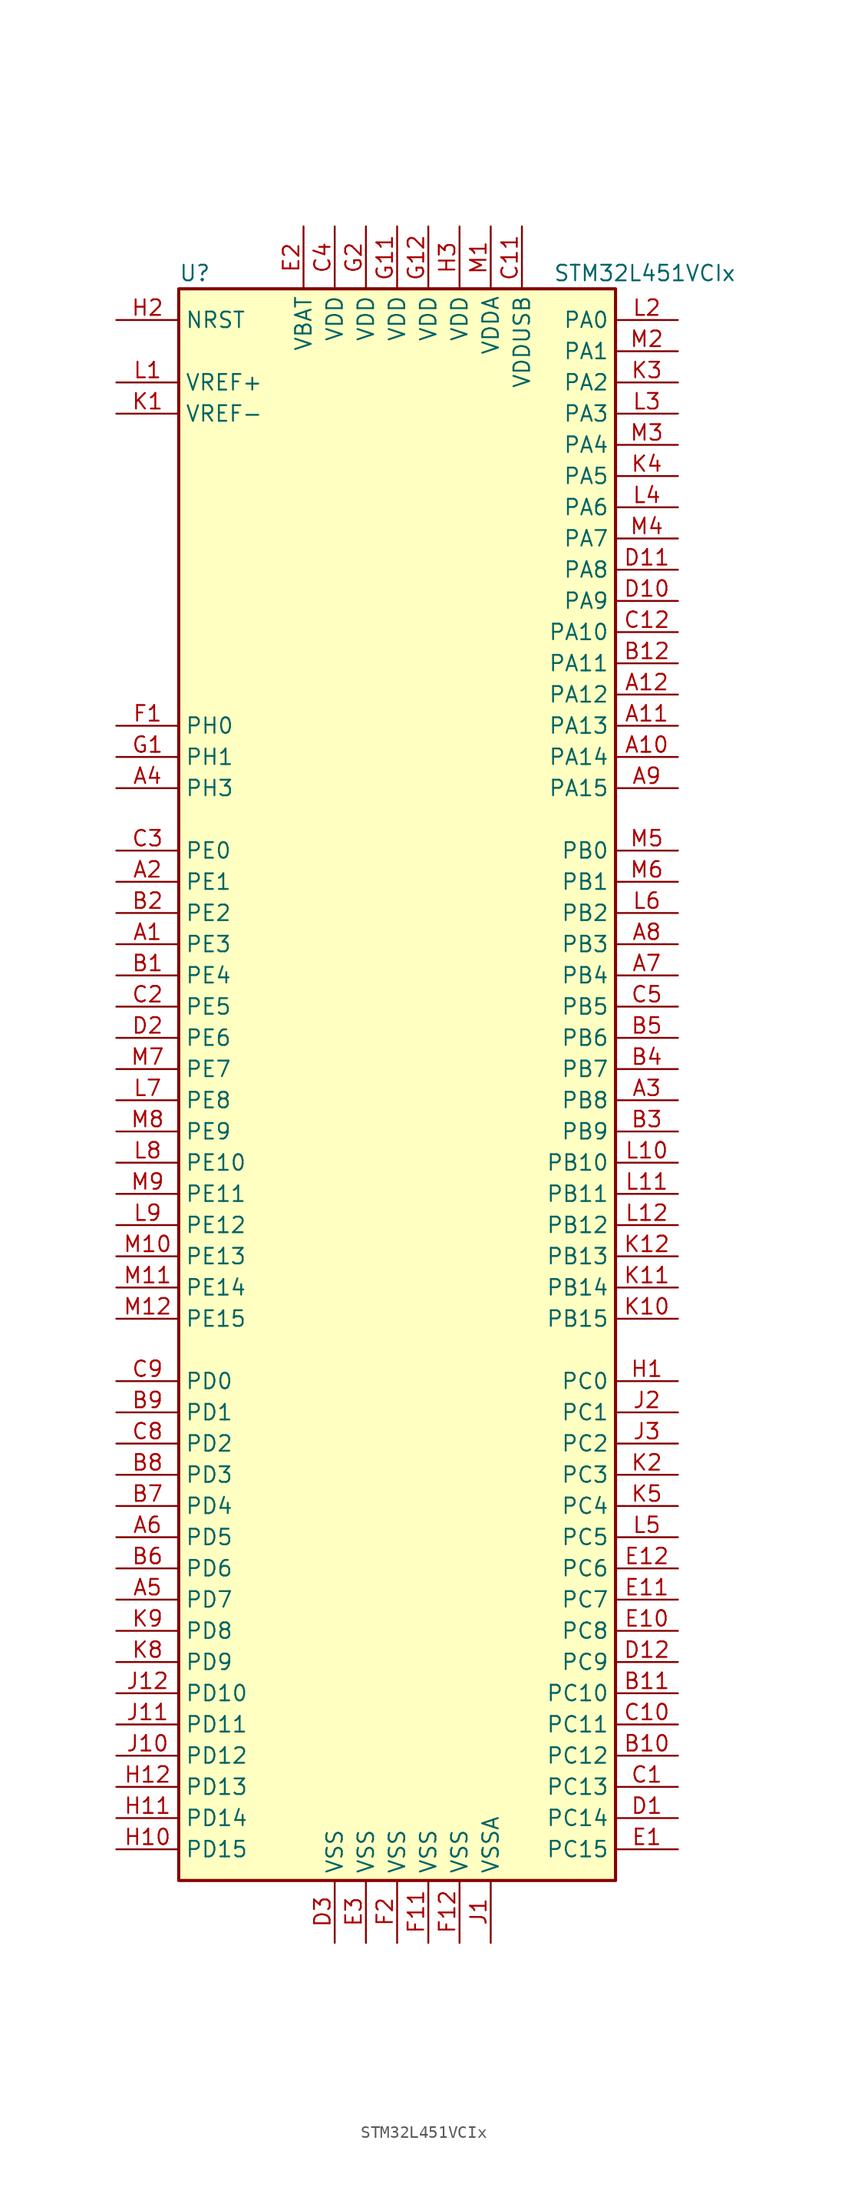
<source format=kicad_sym>
(kicad_symbol_lib
  (version 20211014)
  (generator kicad_symbol_editor)
  (symbol "STM32L451VCIx"
    (property "Reference" "U"
      (at -17.78 64.77 0)
      (effects (font (size 1.27 1.27)) (justify left)))
    (property "Value" "STM32L451VCIx"
      (at 12.7 64.77 0)
      (effects (font (size 1.27 1.27)) (justify left)))
    (symbol "STM32L451VCIx_0_1"
      (rectangle (start -17.78 -66.04) (end 17.78 63.5) (stroke (width 0.254) (type default) (color 0 0 0 0)) (fill (type background))))
    (symbol "STM32L451VCIx_1_1"
      (pin bidirectional line (at -22.86 10.16 0) (length 5.08) (name "PE3" (effects (font (size 1.27 1.27)))) (number "A1" (effects (font (size 1.27 1.27)))))
      (pin bidirectional line (at 22.86 25.4 180) (length 5.08) (name "PA14" (effects (font (size 1.27 1.27)))) (number "A10" (effects (font (size 1.27 1.27)))))
      (pin bidirectional line (at 22.86 27.94 180) (length 5.08) (name "PA13" (effects (font (size 1.27 1.27)))) (number "A11" (effects (font (size 1.27 1.27)))))
      (pin bidirectional line (at 22.86 30.48 180) (length 5.08) (name "PA12" (effects (font (size 1.27 1.27)))) (number "A12" (effects (font (size 1.27 1.27)))))
      (pin bidirectional line (at -22.86 15.24 0) (length 5.08) (name "PE1" (effects (font (size 1.27 1.27)))) (number "A2" (effects (font (size 1.27 1.27)))))
      (pin bidirectional line (at 22.86 -2.54 180) (length 5.08) (name "PB8" (effects (font (size 1.27 1.27)))) (number "A3" (effects (font (size 1.27 1.27)))))
      (pin bidirectional line (at -22.86 22.86 0) (length 5.08) (name "PH3" (effects (font (size 1.27 1.27)))) (number "A4" (effects (font (size 1.27 1.27)))))
      (pin bidirectional line (at -22.86 -43.18 0) (length 5.08) (name "PD7" (effects (font (size 1.27 1.27)))) (number "A5" (effects (font (size 1.27 1.27)))))
      (pin bidirectional line (at -22.86 -38.1 0) (length 5.08) (name "PD5" (effects (font (size 1.27 1.27)))) (number "A6" (effects (font (size 1.27 1.27)))))
      (pin bidirectional line (at 22.86 7.62 180) (length 5.08) (name "PB4" (effects (font (size 1.27 1.27)))) (number "A7" (effects (font (size 1.27 1.27)))))
      (pin bidirectional line (at 22.86 10.16 180) (length 5.08) (name "PB3" (effects (font (size 1.27 1.27)))) (number "A8" (effects (font (size 1.27 1.27)))))
      (pin bidirectional line (at 22.86 22.86 180) (length 5.08) (name "PA15" (effects (font (size 1.27 1.27)))) (number "A9" (effects (font (size 1.27 1.27)))))
      (pin bidirectional line (at -22.86 7.62 0) (length 5.08) (name "PE4" (effects (font (size 1.27 1.27)))) (number "B1" (effects (font (size 1.27 1.27)))))
      (pin bidirectional line (at 22.86 -55.88 180) (length 5.08) (name "PC12" (effects (font (size 1.27 1.27)))) (number "B10" (effects (font (size 1.27 1.27)))))
      (pin bidirectional line (at 22.86 -50.8 180) (length 5.08) (name "PC10" (effects (font (size 1.27 1.27)))) (number "B11" (effects (font (size 1.27 1.27)))))
      (pin bidirectional line (at 22.86 33.02 180) (length 5.08) (name "PA11" (effects (font (size 1.27 1.27)))) (number "B12" (effects (font (size 1.27 1.27)))))
      (pin bidirectional line (at -22.86 12.7 0) (length 5.08) (name "PE2" (effects (font (size 1.27 1.27)))) (number "B2" (effects (font (size 1.27 1.27)))))
      (pin bidirectional line (at 22.86 -5.08 180) (length 5.08) (name "PB9" (effects (font (size 1.27 1.27)))) (number "B3" (effects (font (size 1.27 1.27)))))
      (pin bidirectional line (at 22.86 0 180) (length 5.08) (name "PB7" (effects (font (size 1.27 1.27)))) (number "B4" (effects (font (size 1.27 1.27)))))
      (pin bidirectional line (at 22.86 2.54 180) (length 5.08) (name "PB6" (effects (font (size 1.27 1.27)))) (number "B5" (effects (font (size 1.27 1.27)))))
      (pin bidirectional line (at -22.86 -40.64 0) (length 5.08) (name "PD6" (effects (font (size 1.27 1.27)))) (number "B6" (effects (font (size 1.27 1.27)))))
      (pin bidirectional line (at -22.86 -35.56 0) (length 5.08) (name "PD4" (effects (font (size 1.27 1.27)))) (number "B7" (effects (font (size 1.27 1.27)))))
      (pin bidirectional line (at -22.86 -33.02 0) (length 5.08) (name "PD3" (effects (font (size 1.27 1.27)))) (number "B8" (effects (font (size 1.27 1.27)))))
      (pin bidirectional line (at -22.86 -27.94 0) (length 5.08) (name "PD1" (effects (font (size 1.27 1.27)))) (number "B9" (effects (font (size 1.27 1.27)))))
      (pin bidirectional line (at 22.86 -58.42 180) (length 5.08) (name "PC13" (effects (font (size 1.27 1.27)))) (number "C1" (effects (font (size 1.27 1.27)))))
      (pin bidirectional line (at 22.86 -53.34 180) (length 5.08) (name "PC11" (effects (font (size 1.27 1.27)))) (number "C10" (effects (font (size 1.27 1.27)))))
      (pin power_in line (at 10.16 68.58 270) (length 5.08) (name "VDDUSB" (effects (font (size 1.27 1.27)))) (number "C11" (effects (font (size 1.27 1.27)))))
      (pin bidirectional line (at 22.86 35.56 180) (length 5.08) (name "PA10" (effects (font (size 1.27 1.27)))) (number "C12" (effects (font (size 1.27 1.27)))))
      (pin bidirectional line (at -22.86 5.08 0) (length 5.08) (name "PE5" (effects (font (size 1.27 1.27)))) (number "C2" (effects (font (size 1.27 1.27)))))
      (pin bidirectional line (at -22.86 17.78 0) (length 5.08) (name "PE0" (effects (font (size 1.27 1.27)))) (number "C3" (effects (font (size 1.27 1.27)))))
      (pin power_in line (at -5.08 68.58 270) (length 5.08) (name "VDD" (effects (font (size 1.27 1.27)))) (number "C4" (effects (font (size 1.27 1.27)))))
      (pin bidirectional line (at 22.86 5.08 180) (length 5.08) (name "PB5" (effects (font (size 1.27 1.27)))) (number "C5" (effects (font (size 1.27 1.27)))))
      (pin bidirectional line (at -22.86 -30.48 0) (length 5.08) (name "PD2" (effects (font (size 1.27 1.27)))) (number "C8" (effects (font (size 1.27 1.27)))))
      (pin bidirectional line (at -22.86 -25.4 0) (length 5.08) (name "PD0" (effects (font (size 1.27 1.27)))) (number "C9" (effects (font (size 1.27 1.27)))))
      (pin bidirectional line (at 22.86 -60.96 180) (length 5.08) (name "PC14" (effects (font (size 1.27 1.27)))) (number "D1" (effects (font (size 1.27 1.27)))))
      (pin bidirectional line (at 22.86 38.1 180) (length 5.08) (name "PA9" (effects (font (size 1.27 1.27)))) (number "D10" (effects (font (size 1.27 1.27)))))
      (pin bidirectional line (at 22.86 40.64 180) (length 5.08) (name "PA8" (effects (font (size 1.27 1.27)))) (number "D11" (effects (font (size 1.27 1.27)))))
      (pin bidirectional line (at 22.86 -48.26 180) (length 5.08) (name "PC9" (effects (font (size 1.27 1.27)))) (number "D12" (effects (font (size 1.27 1.27)))))
      (pin bidirectional line (at -22.86 2.54 0) (length 5.08) (name "PE6" (effects (font (size 1.27 1.27)))) (number "D2" (effects (font (size 1.27 1.27)))))
      (pin power_in line (at -5.08 -71.12 90) (length 5.08) (name "VSS" (effects (font (size 1.27 1.27)))) (number "D3" (effects (font (size 1.27 1.27)))))
      (pin bidirectional line (at 22.86 -63.5 180) (length 5.08) (name "PC15" (effects (font (size 1.27 1.27)))) (number "E1" (effects (font (size 1.27 1.27)))))
      (pin bidirectional line (at 22.86 -45.72 180) (length 5.08) (name "PC8" (effects (font (size 1.27 1.27)))) (number "E10" (effects (font (size 1.27 1.27)))))
      (pin bidirectional line (at 22.86 -43.18 180) (length 5.08) (name "PC7" (effects (font (size 1.27 1.27)))) (number "E11" (effects (font (size 1.27 1.27)))))
      (pin bidirectional line (at 22.86 -40.64 180) (length 5.08) (name "PC6" (effects (font (size 1.27 1.27)))) (number "E12" (effects (font (size 1.27 1.27)))))
      (pin power_in line (at -7.62 68.58 270) (length 5.08) (name "VBAT" (effects (font (size 1.27 1.27)))) (number "E2" (effects (font (size 1.27 1.27)))))
      (pin power_in line (at -2.54 -71.12 90) (length 5.08) (name "VSS" (effects (font (size 1.27 1.27)))) (number "E3" (effects (font (size 1.27 1.27)))))
      (pin input line (at -22.86 27.94 0) (length 5.08) (name "PH0" (effects (font (size 1.27 1.27)))) (number "F1" (effects (font (size 1.27 1.27)))))
      (pin power_in line (at 2.54 -71.12 90) (length 5.08) (name "VSS" (effects (font (size 1.27 1.27)))) (number "F11" (effects (font (size 1.27 1.27)))))
      (pin power_in line (at 5.08 -71.12 90) (length 5.08) (name "VSS" (effects (font (size 1.27 1.27)))) (number "F12" (effects (font (size 1.27 1.27)))))
      (pin power_in line (at 0 -71.12 90) (length 5.08) (name "VSS" (effects (font (size 1.27 1.27)))) (number "F2" (effects (font (size 1.27 1.27)))))
      (pin input line (at -22.86 25.4 0) (length 5.08) (name "PH1" (effects (font (size 1.27 1.27)))) (number "G1" (effects (font (size 1.27 1.27)))))
      (pin power_in line (at 0 68.58 270) (length 5.08) (name "VDD" (effects (font (size 1.27 1.27)))) (number "G11" (effects (font (size 1.27 1.27)))))
      (pin power_in line (at 2.54 68.58 270) (length 5.08) (name "VDD" (effects (font (size 1.27 1.27)))) (number "G12" (effects (font (size 1.27 1.27)))))
      (pin power_in line (at -2.54 68.58 270) (length 5.08) (name "VDD" (effects (font (size 1.27 1.27)))) (number "G2" (effects (font (size 1.27 1.27)))))
      (pin bidirectional line (at 22.86 -25.4 180) (length 5.08) (name "PC0" (effects (font (size 1.27 1.27)))) (number "H1" (effects (font (size 1.27 1.27)))))
      (pin bidirectional line (at -22.86 -63.5 0) (length 5.08) (name "PD15" (effects (font (size 1.27 1.27)))) (number "H10" (effects (font (size 1.27 1.27)))))
      (pin bidirectional line (at -22.86 -60.96 0) (length 5.08) (name "PD14" (effects (font (size 1.27 1.27)))) (number "H11" (effects (font (size 1.27 1.27)))))
      (pin bidirectional line (at -22.86 -58.42 0) (length 5.08) (name "PD13" (effects (font (size 1.27 1.27)))) (number "H12" (effects (font (size 1.27 1.27)))))
      (pin input line (at -22.86 60.96 0) (length 5.08) (name "NRST" (effects (font (size 1.27 1.27)))) (number "H2" (effects (font (size 1.27 1.27)))))
      (pin power_in line (at 5.08 68.58 270) (length 5.08) (name "VDD" (effects (font (size 1.27 1.27)))) (number "H3" (effects (font (size 1.27 1.27)))))
      (pin power_in line (at 7.62 -71.12 90) (length 5.08) (name "VSSA" (effects (font (size 1.27 1.27)))) (number "J1" (effects (font (size 1.27 1.27)))))
      (pin bidirectional line (at -22.86 -55.88 0) (length 5.08) (name "PD12" (effects (font (size 1.27 1.27)))) (number "J10" (effects (font (size 1.27 1.27)))))
      (pin bidirectional line (at -22.86 -53.34 0) (length 5.08) (name "PD11" (effects (font (size 1.27 1.27)))) (number "J11" (effects (font (size 1.27 1.27)))))
      (pin bidirectional line (at -22.86 -50.8 0) (length 5.08) (name "PD10" (effects (font (size 1.27 1.27)))) (number "J12" (effects (font (size 1.27 1.27)))))
      (pin bidirectional line (at 22.86 -27.94 180) (length 5.08) (name "PC1" (effects (font (size 1.27 1.27)))) (number "J2" (effects (font (size 1.27 1.27)))))
      (pin bidirectional line (at 22.86 -30.48 180) (length 5.08) (name "PC2" (effects (font (size 1.27 1.27)))) (number "J3" (effects (font (size 1.27 1.27)))))
      (pin power_in line (at -22.86 53.34 0) (length 5.08) (name "VREF-" (effects (font (size 1.27 1.27)))) (number "K1" (effects (font (size 1.27 1.27)))))
      (pin bidirectional line (at 22.86 -20.32 180) (length 5.08) (name "PB15" (effects (font (size 1.27 1.27)))) (number "K10" (effects (font (size 1.27 1.27)))))
      (pin bidirectional line (at 22.86 -17.78 180) (length 5.08) (name "PB14" (effects (font (size 1.27 1.27)))) (number "K11" (effects (font (size 1.27 1.27)))))
      (pin bidirectional line (at 22.86 -15.24 180) (length 5.08) (name "PB13" (effects (font (size 1.27 1.27)))) (number "K12" (effects (font (size 1.27 1.27)))))
      (pin bidirectional line (at 22.86 -33.02 180) (length 5.08) (name "PC3" (effects (font (size 1.27 1.27)))) (number "K2" (effects (font (size 1.27 1.27)))))
      (pin bidirectional line (at 22.86 55.88 180) (length 5.08) (name "PA2" (effects (font (size 1.27 1.27)))) (number "K3" (effects (font (size 1.27 1.27)))))
      (pin bidirectional line (at 22.86 48.26 180) (length 5.08) (name "PA5" (effects (font (size 1.27 1.27)))) (number "K4" (effects (font (size 1.27 1.27)))))
      (pin bidirectional line (at 22.86 -35.56 180) (length 5.08) (name "PC4" (effects (font (size 1.27 1.27)))) (number "K5" (effects (font (size 1.27 1.27)))))
      (pin bidirectional line (at -22.86 -48.26 0) (length 5.08) (name "PD9" (effects (font (size 1.27 1.27)))) (number "K8" (effects (font (size 1.27 1.27)))))
      (pin bidirectional line (at -22.86 -45.72 0) (length 5.08) (name "PD8" (effects (font (size 1.27 1.27)))) (number "K9" (effects (font (size 1.27 1.27)))))
      (pin bidirectional line (at -22.86 55.88 0) (length 5.08) (name "VREF+" (effects (font (size 1.27 1.27)))) (number "L1" (effects (font (size 1.27 1.27)))))
      (pin bidirectional line (at 22.86 -7.62 180) (length 5.08) (name "PB10" (effects (font (size 1.27 1.27)))) (number "L10" (effects (font (size 1.27 1.27)))))
      (pin bidirectional line (at 22.86 -10.16 180) (length 5.08) (name "PB11" (effects (font (size 1.27 1.27)))) (number "L11" (effects (font (size 1.27 1.27)))))
      (pin bidirectional line (at 22.86 -12.7 180) (length 5.08) (name "PB12" (effects (font (size 1.27 1.27)))) (number "L12" (effects (font (size 1.27 1.27)))))
      (pin bidirectional line (at 22.86 60.96 180) (length 5.08) (name "PA0" (effects (font (size 1.27 1.27)))) (number "L2" (effects (font (size 1.27 1.27)))))
      (pin bidirectional line (at 22.86 53.34 180) (length 5.08) (name "PA3" (effects (font (size 1.27 1.27)))) (number "L3" (effects (font (size 1.27 1.27)))))
      (pin bidirectional line (at 22.86 45.72 180) (length 5.08) (name "PA6" (effects (font (size 1.27 1.27)))) (number "L4" (effects (font (size 1.27 1.27)))))
      (pin bidirectional line (at 22.86 -38.1 180) (length 5.08) (name "PC5" (effects (font (size 1.27 1.27)))) (number "L5" (effects (font (size 1.27 1.27)))))
      (pin bidirectional line (at 22.86 12.7 180) (length 5.08) (name "PB2" (effects (font (size 1.27 1.27)))) (number "L6" (effects (font (size 1.27 1.27)))))
      (pin bidirectional line (at -22.86 -2.54 0) (length 5.08) (name "PE8" (effects (font (size 1.27 1.27)))) (number "L7" (effects (font (size 1.27 1.27)))))
      (pin bidirectional line (at -22.86 -7.62 0) (length 5.08) (name "PE10" (effects (font (size 1.27 1.27)))) (number "L8" (effects (font (size 1.27 1.27)))))
      (pin bidirectional line (at -22.86 -12.7 0) (length 5.08) (name "PE12" (effects (font (size 1.27 1.27)))) (number "L9" (effects (font (size 1.27 1.27)))))
      (pin power_in line (at 7.62 68.58 270) (length 5.08) (name "VDDA" (effects (font (size 1.27 1.27)))) (number "M1" (effects (font (size 1.27 1.27)))))
      (pin bidirectional line (at -22.86 -15.24 0) (length 5.08) (name "PE13" (effects (font (size 1.27 1.27)))) (number "M10" (effects (font (size 1.27 1.27)))))
      (pin bidirectional line (at -22.86 -17.78 0) (length 5.08) (name "PE14" (effects (font (size 1.27 1.27)))) (number "M11" (effects (font (size 1.27 1.27)))))
      (pin bidirectional line (at -22.86 -20.32 0) (length 5.08) (name "PE15" (effects (font (size 1.27 1.27)))) (number "M12" (effects (font (size 1.27 1.27)))))
      (pin bidirectional line (at 22.86 58.42 180) (length 5.08) (name "PA1" (effects (font (size 1.27 1.27)))) (number "M2" (effects (font (size 1.27 1.27)))))
      (pin bidirectional line (at 22.86 50.8 180) (length 5.08) (name "PA4" (effects (font (size 1.27 1.27)))) (number "M3" (effects (font (size 1.27 1.27)))))
      (pin bidirectional line (at 22.86 43.18 180) (length 5.08) (name "PA7" (effects (font (size 1.27 1.27)))) (number "M4" (effects (font (size 1.27 1.27)))))
      (pin bidirectional line (at 22.86 17.78 180) (length 5.08) (name "PB0" (effects (font (size 1.27 1.27)))) (number "M5" (effects (font (size 1.27 1.27)))))
      (pin bidirectional line (at 22.86 15.24 180) (length 5.08) (name "PB1" (effects (font (size 1.27 1.27)))) (number "M6" (effects (font (size 1.27 1.27)))))
      (pin bidirectional line (at -22.86 0 0) (length 5.08) (name "PE7" (effects (font (size 1.27 1.27)))) (number "M7" (effects (font (size 1.27 1.27)))))
      (pin bidirectional line (at -22.86 -5.08 0) (length 5.08) (name "PE9" (effects (font (size 1.27 1.27)))) (number "M8" (effects (font (size 1.27 1.27)))))
      (pin bidirectional line (at -22.86 -10.16 0) (length 5.08) (name "PE11" (effects (font (size 1.27 1.27)))) (number "M9" (effects (font (size 1.27 1.27))))))))
</source>
